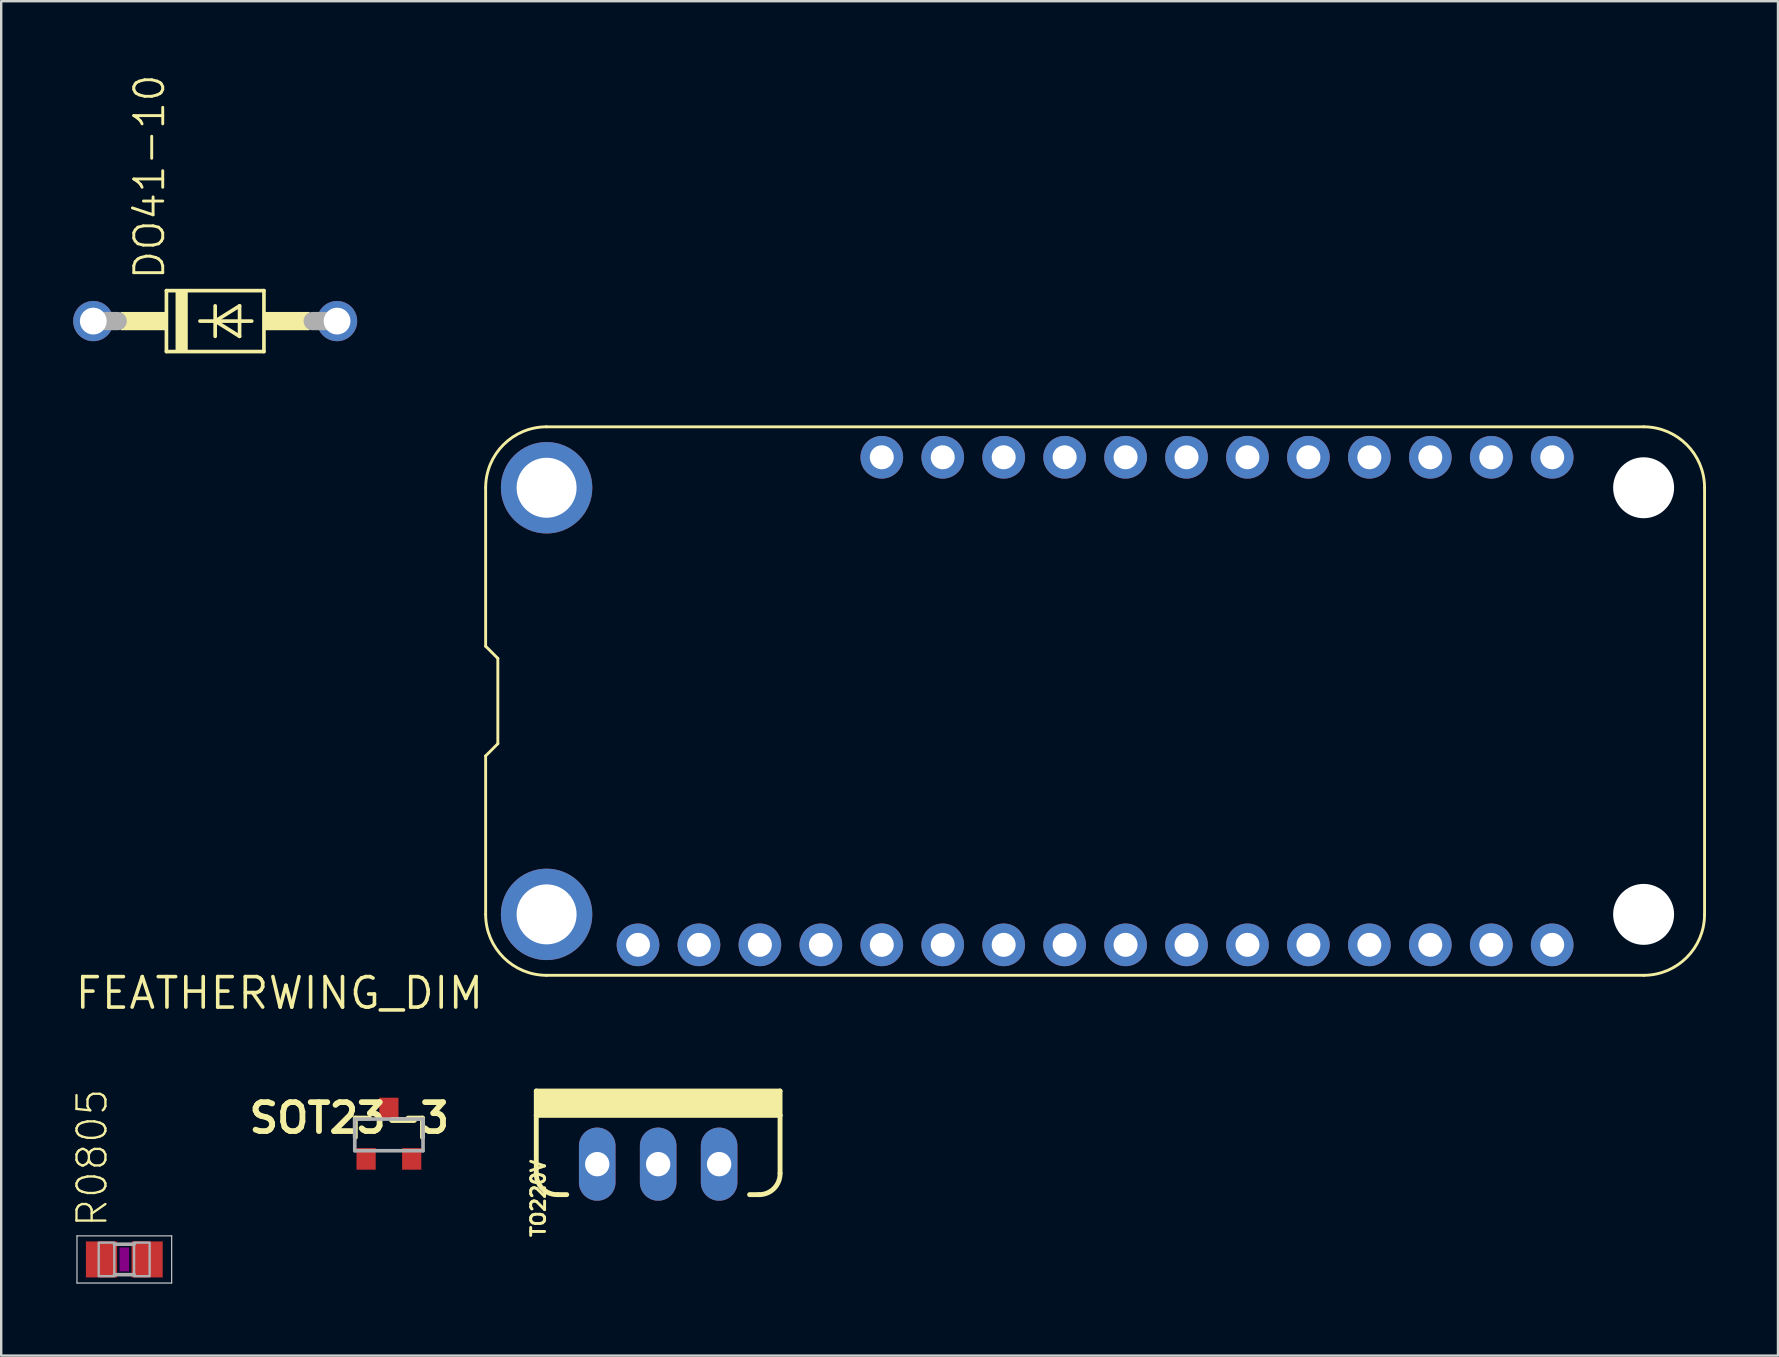
<source format=kicad_pcb>
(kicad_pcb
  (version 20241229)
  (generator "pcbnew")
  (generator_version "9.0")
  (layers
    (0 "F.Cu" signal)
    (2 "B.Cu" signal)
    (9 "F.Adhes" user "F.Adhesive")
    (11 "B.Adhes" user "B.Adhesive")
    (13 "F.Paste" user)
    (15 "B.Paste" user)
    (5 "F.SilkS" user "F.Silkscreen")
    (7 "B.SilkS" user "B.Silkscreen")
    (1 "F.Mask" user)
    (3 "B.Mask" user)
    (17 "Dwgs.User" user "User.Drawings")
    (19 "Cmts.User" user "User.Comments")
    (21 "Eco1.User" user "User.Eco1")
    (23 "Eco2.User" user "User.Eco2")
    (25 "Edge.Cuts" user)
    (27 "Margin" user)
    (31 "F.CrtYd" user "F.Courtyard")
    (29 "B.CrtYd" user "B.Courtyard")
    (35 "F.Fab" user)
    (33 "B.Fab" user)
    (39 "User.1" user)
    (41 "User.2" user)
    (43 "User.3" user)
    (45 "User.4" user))
  (footprint "DO41-10"
    (layer "F.Cu")
    (at 5.918 10.332)
    (property "Reference" "DO41-10" (at -2.032 -1.651 90) (layer "F.SilkS") (effects (font (size 1.206 1.206) (thickness 0.121)) (justify left bottom)))
    (attr through_hole)
    (fp_line (start -2.032 -1.27) (end -2.032 1.27) (stroke (width 0.152) (type solid)) (layer "F.SilkS"))
    (fp_line (start -2.032 -1.27) (end 2.032 -1.27) (stroke (width 0.152) (type solid)) (layer "F.SilkS"))
    (fp_line (start -0.635 0) (end 0 0) (stroke (width 0.152) (type solid)) (layer "F.SilkS"))
    (fp_line (start 0 -0.635) (end 0 0) (stroke (width 0.152) (type solid)) (layer "F.SilkS"))
    (fp_line (start 0 0) (end 0 0.635) (stroke (width 0.152) (type solid)) (layer "F.SilkS"))
    (fp_line (start 0 0) (end 1.016 -0.635) (stroke (width 0.152) (type solid)) (layer "F.SilkS"))
    (fp_line (start 0 0) (end 1.524 0) (stroke (width 0.152) (type solid)) (layer "F.SilkS"))
    (fp_line (start 1.016 -0.635) (end 1.016 0.635) (stroke (width 0.152) (type solid)) (layer "F.SilkS"))
    (fp_line (start 1.016 0.635) (end 0 0) (stroke (width 0.152) (type solid)) (layer "F.SilkS"))
    (fp_line (start 2.032 1.27) (end -2.032 1.27) (stroke (width 0.152) (type solid)) (layer "F.SilkS"))
    (fp_line (start 2.032 1.27) (end 2.032 -1.27) (stroke (width 0.152) (type solid)) (layer "F.SilkS"))
    (fp_poly (pts (xy -3.937 0.381) (xy -2.032 0.381) (xy -2.032 -0.381) (xy -3.937 -0.381)) (stroke (width 0) (type solid)) (fill yes) (layer "F.SilkS"))
    (fp_poly (pts (xy -1.651 1.27) (xy -1.143 1.27) (xy -1.143 -1.27) (xy -1.651 -1.27)) (stroke (width 0) (type solid)) (fill yes) (layer "F.SilkS"))
    (fp_poly (pts (xy 2.032 0.381) (xy 3.937 0.381) (xy 3.937 -0.381) (xy 2.032 -0.381)) (stroke (width 0) (type solid)) (fill yes) (layer "F.SilkS"))
    (fp_line (start -5.08 0) (end -4.064 0) (stroke (width 0.762) (type solid)) (layer "F.Fab"))
    (fp_line (start 5.08 0) (end 4.064 0) (stroke (width 0.762) (type solid)) (layer "F.Fab"))
    (pad "A" thru_hole circle (at 5.08 0) (size 1.676 1.676) (drill 1.118) (layers "*.Cu" "*.Mask"))
    (pad "C" thru_hole circle (at -5.08 0) (size 1.676 1.676) (drill 1.118) (layers "*.Cu" "*.Mask")))
  (footprint "R0805"
    (layer "F.Cu")
    (at 2.131 49.439)
    (property "Reference" "R0805" (at -0.635 -1.27 270) (layer "F.SilkS") (effects (font (size 1.206 1.206) (thickness 0.097)) (justify left bottom)))
    (attr through_hole)
    (fp_poly (pts (xy -0.2 0.5) (xy 0.2 0.5) (xy 0.2 -0.5) (xy -0.2 -0.5)) (stroke (width 0) (type solid)) (fill yes) (layer "F.Adhes"))
    (fp_line (start -1.973 -0.983) (end 1.973 -0.983) (stroke (width 0.051) (type solid)) (layer "Dwgs.User"))
    (fp_line (start -1.973 0.983) (end -1.973 -0.983) (stroke (width 0.051) (type solid)) (layer "Dwgs.User"))
    (fp_line (start 1.973 -0.983) (end 1.973 0.983) (stroke (width 0.051) (type solid)) (layer "Dwgs.User"))
    (fp_line (start 1.973 0.983) (end -1.973 0.983) (stroke (width 0.051) (type solid)) (layer "Dwgs.User"))
    (fp_line (start -0.41 -0.635) (end 0.41 -0.635) (stroke (width 0.152) (type solid)) (layer "F.Fab"))
    (fp_line (start -0.41 0.635) (end 0.41 0.635) (stroke (width 0.152) (type solid)) (layer "F.Fab"))
    (fp_poly (pts (xy -1.067 0.699) (xy -0.417 0.699) (xy -0.417 -0.702) (xy -1.067 -0.702)) (stroke (width 0.1) (type solid)) (fill no) (layer "F.Fab"))
    (fp_poly (pts (xy 0.406 0.699) (xy 1.056 0.699) (xy 1.056 -0.702) (xy 0.406 -0.702)) (stroke (width 0.1) (type solid)) (fill no) (layer "F.Fab"))
    (pad "1" smd rect (at -0.95 0) (size 1.3 1.5) (layers "F.Cu" "F.Mask" "F.Paste"))
    (pad "2" smd rect (at 0.95 0) (size 1.3 1.5) (layers "F.Cu" "F.Mask" "F.Paste")))
  (footprint "FEATHERWING_DIM"
    (layer "F.Cu")
    (at 17.19 37.598)
    (property "Reference" "FEATHERWING_DIM" (at 0 0 0) (layer "F.SilkS") (effects (font (size 1.27 1.27) (thickness 0.15)) (justify right top)))
    (attr through_hole)
    (fp_line (start 0 -20.32) (end 0 -13.716) (stroke (width 0.12) (type solid)) (layer "F.SilkS"))
    (fp_line (start 0 -13.716) (end 0.508 -13.208) (stroke (width 0.12) (type solid)) (layer "F.SilkS"))
    (fp_line (start 0 -9.144) (end 0 -2.54) (stroke (width 0.12) (type solid)) (layer "F.SilkS"))
    (fp_line (start 0.508 -13.208) (end 0.508 -9.652) (stroke (width 0.12) (type solid)) (layer "F.SilkS"))
    (fp_line (start 0.508 -9.652) (end 0 -9.144) (stroke (width 0.12) (type solid)) (layer "F.SilkS"))
    (fp_line (start 2.54 0) (end 48.26 0) (stroke (width 0.12) (type solid)) (layer "F.SilkS"))
    (fp_line (start 48.26 -22.86) (end 2.54 -22.86) (stroke (width 0.12) (type solid)) (layer "F.SilkS"))
    (fp_line (start 50.8 -2.54) (end 50.8 -20.32) (stroke (width 0.12) (type solid)) (layer "F.SilkS"))
    (fp_arc (start 0 -20.32) (mid 0.743949 -22.116051) (end 2.54 -22.86) (stroke (width 0.12) (type solid)) (layer "F.SilkS"))
    (fp_arc (start 2.54 0) (mid 0.743949 -0.743949) (end 0 -2.54) (stroke (width 0.12) (type solid)) (layer "F.SilkS"))
    (fp_arc (start 48.26 -22.86) (mid 50.056051 -22.116051) (end 50.8 -20.32) (stroke (width 0.12) (type solid)) (layer "F.SilkS"))
    (fp_arc (start 50.8 -2.54) (mid 50.056051 -0.743949) (end 48.26 0) (stroke (width 0.12) (type solid)) (layer "F.SilkS"))
    (pad "" np_thru_hole circle (at 48.26 -20.32) (size 2.54 2.54) (drill 2.54) (layers "*.Cu" "*.Mask"))
    (pad "" np_thru_hole circle (at 48.26 -2.54) (size 2.54 2.54) (drill 2.54) (layers "*.Cu" "*.Mask"))
    (pad "1" thru_hole circle (at 6.35 -1.27) (size 1.778 1.778) (drill 1) (layers "*.Cu" "*.Mask"))
    (pad "2" thru_hole circle (at 8.89 -1.27) (size 1.778 1.778) (drill 1) (layers "*.Cu" "*.Mask"))
    (pad "3" thru_hole circle (at 11.43 -1.27) (size 1.778 1.778) (drill 1) (layers "*.Cu" "*.Mask"))
    (pad "4" thru_hole circle (at 13.97 -1.27) (size 1.778 1.778) (drill 1) (layers "*.Cu" "*.Mask"))
    (pad "5" thru_hole circle (at 16.51 -1.27) (size 1.778 1.778) (drill 1) (layers "*.Cu" "*.Mask"))
    (pad "6" thru_hole circle (at 19.05 -1.27) (size 1.778 1.778) (drill 1) (layers "*.Cu" "*.Mask"))
    (pad "7" thru_hole circle (at 21.59 -1.27) (size 1.778 1.778) (drill 1) (layers "*.Cu" "*.Mask"))
    (pad "8" thru_hole circle (at 24.13 -1.27) (size 1.778 1.778) (drill 1) (layers "*.Cu" "*.Mask"))
    (pad "9" thru_hole circle (at 26.67 -1.27) (size 1.778 1.778) (drill 1) (layers "*.Cu" "*.Mask"))
    (pad "10" thru_hole circle (at 29.21 -1.27) (size 1.778 1.778) (drill 1) (layers "*.Cu" "*.Mask"))
    (pad "11" thru_hole circle (at 31.75 -1.27) (size 1.778 1.778) (drill 1) (layers "*.Cu" "*.Mask"))
    (pad "12" thru_hole circle (at 34.29 -1.27) (size 1.778 1.778) (drill 1) (layers "*.Cu" "*.Mask"))
    (pad "13" thru_hole circle (at 36.83 -1.27) (size 1.778 1.778) (drill 1) (layers "*.Cu" "*.Mask"))
    (pad "14" thru_hole circle (at 39.37 -1.27) (size 1.778 1.778) (drill 1) (layers "*.Cu" "*.Mask"))
    (pad "15" thru_hole circle (at 41.91 -1.27) (size 1.778 1.778) (drill 1) (layers "*.Cu" "*.Mask"))
    (pad "16" thru_hole circle (at 44.45 -1.27) (size 1.778 1.778) (drill 1) (layers "*.Cu" "*.Mask"))
    (pad "17" thru_hole circle (at 44.45 -21.59) (size 1.778 1.778) (drill 1) (layers "*.Cu" "*.Mask"))
    (pad "18" thru_hole circle (at 41.91 -21.59) (size 1.778 1.778) (drill 1) (layers "*.Cu" "*.Mask"))
    (pad "19" thru_hole circle (at 39.37 -21.59) (size 1.778 1.778) (drill 1) (layers "*.Cu" "*.Mask"))
    (pad "20" thru_hole circle (at 36.83 -21.59) (size 1.778 1.778) (drill 1) (layers "*.Cu" "*.Mask"))
    (pad "21" thru_hole circle (at 34.29 -21.59) (size 1.778 1.778) (drill 1) (layers "*.Cu" "*.Mask"))
    (pad "22" thru_hole circle (at 31.75 -21.59) (size 1.778 1.778) (drill 1) (layers "*.Cu" "*.Mask"))
    (pad "23" thru_hole circle (at 29.21 -21.59) (size 1.778 1.778) (drill 1) (layers "*.Cu" "*.Mask"))
    (pad "24" thru_hole circle (at 26.67 -21.59) (size 1.778 1.778) (drill 1) (layers "*.Cu" "*.Mask"))
    (pad "25" thru_hole circle (at 24.13 -21.59) (size 1.778 1.778) (drill 1) (layers "*.Cu" "*.Mask"))
    (pad "26" thru_hole circle (at 21.59 -21.59) (size 1.778 1.778) (drill 1) (layers "*.Cu" "*.Mask"))
    (pad "27" thru_hole circle (at 19.05 -21.59) (size 1.778 1.778) (drill 1) (layers "*.Cu" "*.Mask"))
    (pad "28" thru_hole circle (at 16.51 -21.59) (size 1.778 1.778) (drill 1) (layers "*.Cu" "*.Mask"))
    (pad "P$1" thru_hole circle (at 2.54 -20.32) (size 3.81 3.81) (drill 2.5) (layers "*.Cu" "*.Mask"))
    (pad "P$2" thru_hole circle (at 2.54 -2.54) (size 3.81 3.81) (drill 2.5) (layers "*.Cu" "*.Mask")))
  (footprint "TO220V"
    (layer "F.Cu")
    (at 24.38 45.468)
    (property "Reference" "TO220V" (at -5.334 -0.254 90) (layer "F.SilkS") (effects (font (size 0.579 0.579) (thickness 0.122)) (justify right top)))
    (attr through_hole)
    (fp_line (start -5.08 -3.048) (end 5.08 -3.048) (stroke (width 0.203) (type solid)) (layer "F.SilkS"))
    (fp_line (start -5.08 -2.032) (end -5.08 -3.048) (stroke (width 0.203) (type solid)) (layer "F.SilkS"))
    (fp_line (start -5.08 -2.032) (end -5.08 0.381) (stroke (width 0.203) (type solid)) (layer "F.SilkS"))
    (fp_line (start -4.191 1.27) (end -3.81 1.27) (stroke (width 0.203) (type solid)) (layer "F.SilkS"))
    (fp_line (start 4.191 1.27) (end 3.81 1.27) (stroke (width 0.203) (type solid)) (layer "F.SilkS"))
    (fp_line (start 5.08 -3.048) (end 5.08 -2.032) (stroke (width 0.203) (type solid)) (layer "F.SilkS"))
    (fp_line (start 5.08 -2.032) (end -5.08 -2.032) (stroke (width 0.203) (type solid)) (layer "F.SilkS"))
    (fp_line (start 5.08 -2.032) (end 5.08 0.381) (stroke (width 0.203) (type solid)) (layer "F.SilkS"))
    (fp_arc (start -4.190998 1.27) (mid -4.826009 1.016011) (end -5.08 0.381) (stroke (width 0.2032) (type solid)) (layer "F.SilkS"))
    (fp_arc (start 5.08 0.380998) (mid 4.826011 1.016009) (end 4.191 1.27) (stroke (width 0.2032) (type solid)) (layer "F.SilkS"))
    (fp_poly (pts (xy -5.08 -2.032) (xy 5.08 -2.032) (xy 5.08 -3.048) (xy -5.08 -3.048)) (stroke (width 0) (type solid)) (fill yes) (layer "F.SilkS"))
    (pad "1" thru_hole oval (at -2.54 0 90) (size 3.048 1.524) (drill 1.016) (layers "*.Cu" "*.Mask"))
    (pad "2" thru_hole oval (at 0 0 90) (size 3.048 1.524) (drill 1.016) (layers "*.Cu" "*.Mask"))
    (pad "3" thru_hole oval (at 2.54 0 90) (size 3.048 1.524) (drill 1.016) (layers "*.Cu" "*.Mask")))
  (footprint "SOT23-3"
    (layer "F.Cu")
    (at 13.158 44.249)
    (property "Reference" "SOT23-3" (at -1.651 0 0) (layer "F.SilkS") (effects (font (size 1.206 1.206) (thickness 0.241)) (justify bottom)))
    (attr through_hole)
    (fp_line (start -1.4 -0.7) (end -1.4 0.1) (stroke (width 0.203) (type solid)) (layer "F.SilkS"))
    (fp_line (start -0.8 -0.7) (end -1.4 -0.7) (stroke (width 0.203) (type solid)) (layer "F.SilkS"))
    (fp_line (start 0.8 -0.7) (end 1.4 -0.7) (stroke (width 0.203) (type solid)) (layer "F.SilkS"))
    (fp_line (start 1.4 -0.7) (end 1.4 0.1) (stroke (width 0.203) (type solid)) (layer "F.SilkS"))
    (fp_line (start -1.422 -0.66) (end 1.422 -0.66) (stroke (width 0.152) (type solid)) (layer "F.Fab"))
    (fp_line (start -1.422 0.66) (end -1.422 -0.66) (stroke (width 0.152) (type solid)) (layer "F.Fab"))
    (fp_line (start 1.422 -0.66) (end 1.422 0.66) (stroke (width 0.152) (type solid)) (layer "F.Fab"))
    (fp_line (start 1.422 0.66) (end -1.422 0.66) (stroke (width 0.152) (type solid)) (layer "F.Fab"))
    (pad "1" smd rect (at -0.95 1) (size 0.8 0.9) (layers "F.Cu" "F.Mask" "F.Paste"))
    (pad "2" smd rect (at 0.95 1) (size 0.8 0.9) (layers "F.Cu" "F.Mask" "F.Paste"))
    (pad "3" smd rect (at 0 -1.1) (size 0.8 0.9) (layers "F.Cu" "F.Mask" "F.Paste")))
  (gr_rect
    (start -3 -3)
    (end 71.05 53.448)
    (stroke (width 0.1) (type default))
    (fill no)
    (layer "Edge.Cuts")))
</source>
